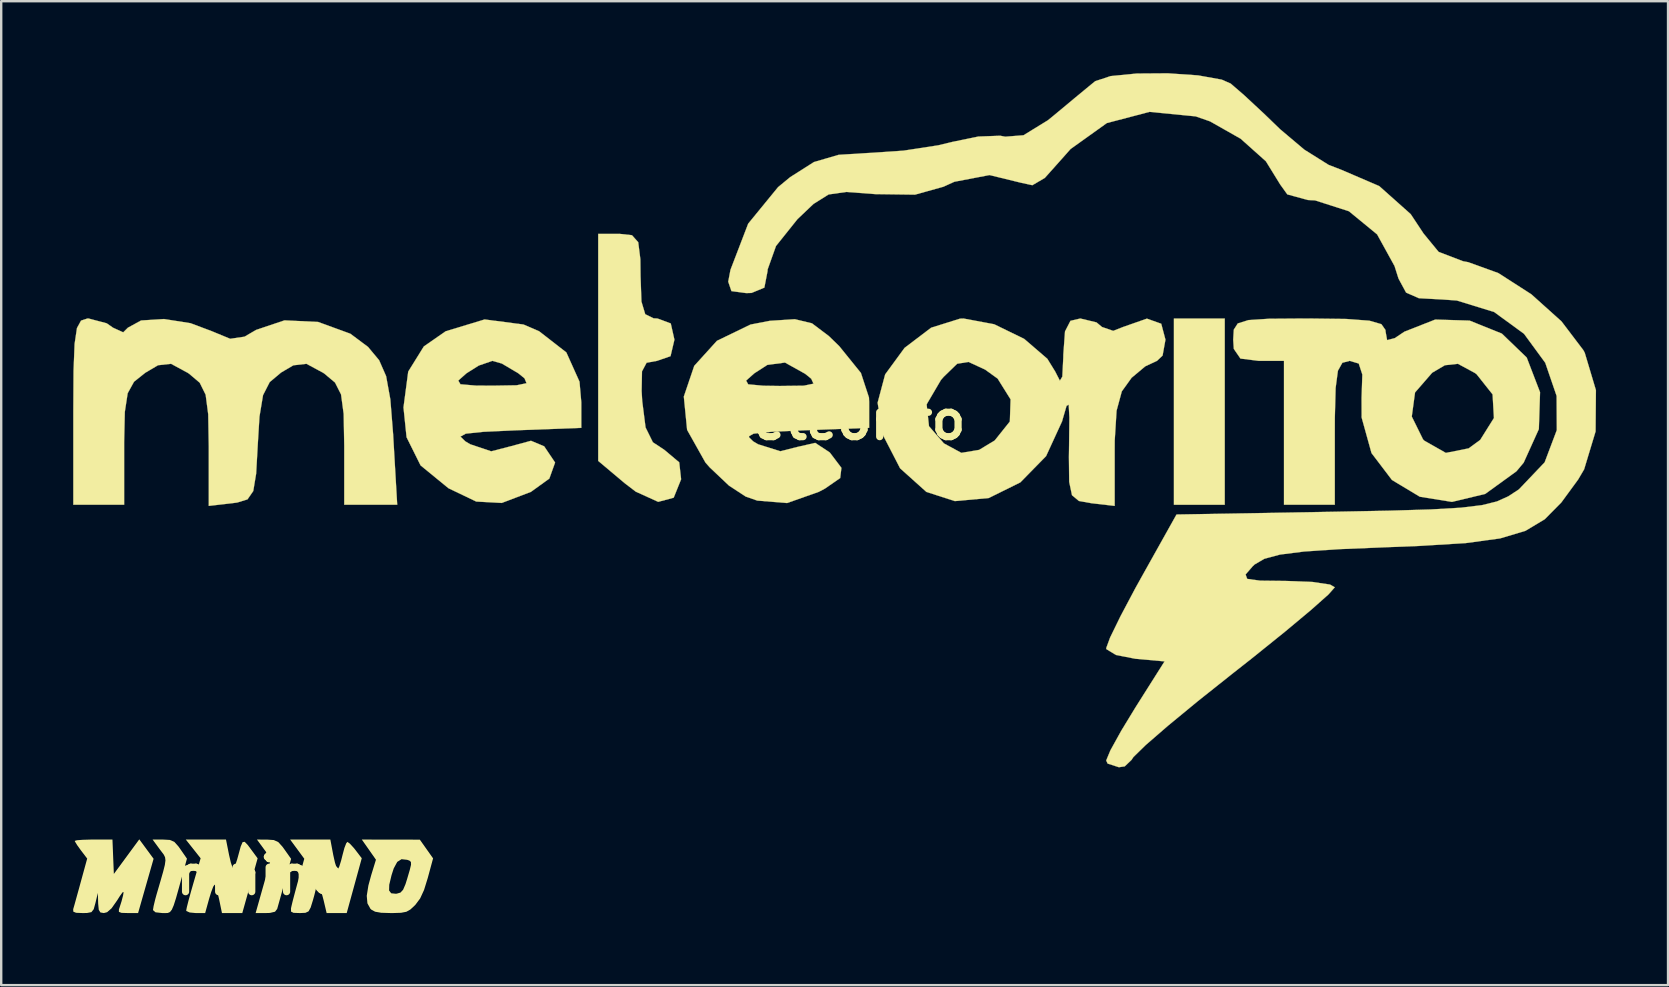
<source format=kicad_pcb>
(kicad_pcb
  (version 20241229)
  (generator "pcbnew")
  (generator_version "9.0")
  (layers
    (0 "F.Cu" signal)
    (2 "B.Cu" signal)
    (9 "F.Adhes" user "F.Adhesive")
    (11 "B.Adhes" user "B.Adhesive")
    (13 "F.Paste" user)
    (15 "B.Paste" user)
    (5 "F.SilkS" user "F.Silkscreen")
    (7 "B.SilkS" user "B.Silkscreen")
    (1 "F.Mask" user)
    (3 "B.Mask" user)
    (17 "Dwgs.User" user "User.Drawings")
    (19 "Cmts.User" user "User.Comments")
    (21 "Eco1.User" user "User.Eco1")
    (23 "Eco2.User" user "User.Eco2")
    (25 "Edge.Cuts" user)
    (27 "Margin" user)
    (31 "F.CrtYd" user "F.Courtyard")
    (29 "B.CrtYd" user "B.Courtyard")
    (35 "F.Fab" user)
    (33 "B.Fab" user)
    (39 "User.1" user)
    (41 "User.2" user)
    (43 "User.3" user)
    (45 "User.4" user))
  (footprint "minino"
    (layer "F.Cu")
    (at 7.476 33.415)
    (property "Reference" "minino" (at 0 0 0) (layer "F.SilkS") (effects (font (size 1.524 1.524) (thickness 0.3))))
    (attr board_only exclude_from_pos_files exclude_from_bom)
    (fp_poly (pts (xy 0.609 -1.48) (xy 0.883 -1.461) (xy 1.068 -1.378) (xy 1.243 -1.185) (xy 1.321 -1.078) (xy 1.604 -0.678) (xy 1.339 0.279) (xy 1.221 0.704) (xy 1.119 1.07) (xy 1.047 1.327) (xy 1.024 1.408) (xy 0.934 1.525) (xy 0.721 1.576) (xy 0.551 1.581) (xy 0.126 1.581) (xy 0.446 0.447) (xy 0.766 -0.686) (xy 0.473 -1.084) (xy 0.181 -1.482)) (stroke (width 0) (type solid)) (fill yes) (layer "F.SilkS"))
    (fp_poly (pts (xy -3.448 -1.466) (xy -3.264 -1.387) (xy -3.095 -1.2) (xy -3.012 -1.084) (xy -2.736 -0.686) (xy -2.906 -0.071) (xy -3.07 0.526) (xy -3.192 0.959) (xy -3.286 1.255) (xy -3.365 1.439) (xy -3.443 1.538) (xy -3.532 1.577) (xy -3.648 1.583) (xy -3.763 1.581) (xy -4.047 1.55) (xy -4.151 1.458) (xy -4.151 1.451) (xy -4.125 1.287) (xy -4.058 1.009) (xy -4.003 0.809) (xy -3.84 0.251) (xy -3.726 -0.149) (xy -3.657 -0.425) (xy -3.632 -0.613) (xy -3.648 -0.744) (xy -3.702 -0.854) (xy -3.793 -0.975) (xy -3.871 -1.078) (xy -4.168 -1.482) (xy -3.728 -1.482)) (stroke (width 0) (type solid)) (fill yes) (layer "F.SilkS"))
    (fp_poly (pts (xy -0.981 -0.839) (xy -0.908 -0.527) (xy -0.839 -0.323) (xy -0.788 -0.269) (xy -0.787 -0.27) (xy -0.726 -0.403) (xy -0.642 -0.659) (xy -0.592 -0.84) (xy -0.495 -1.195) (xy -0.418 -1.373) (xy -0.331 -1.389) (xy -0.205 -1.259) (xy -0.084 -1.097) (xy 0.209 -0.7) (xy -0.11 0.441) (xy -0.43 1.581) (xy -1.277 1.581) (xy -1.4 0.988) (xy -1.473 0.678) (xy -1.542 0.463) (xy -1.585 0.395) (xy -1.642 0.483) (xy -1.728 0.71) (xy -1.813 0.988) (xy -1.977 1.581) (xy -2.372 1.581) (xy -2.624 1.557) (xy -2.759 1.496) (xy -2.767 1.473) (xy -2.741 1.338) (xy -2.67 1.058) (xy -2.565 0.676) (xy -2.466 0.331) (xy -2.166 -0.702) (xy -2.475 -1.092) (xy -2.784 -1.482) (xy -1.109 -1.482)) (stroke (width 0) (type solid)) (fill yes) (layer "F.SilkS"))
    (fp_poly (pts (xy 3.36 -0.841) (xy 3.431 -0.524) (xy 3.5 -0.309) (xy 3.552 -0.243) (xy 3.552 -0.244) (xy 3.611 -0.357) (xy 3.688 -0.604) (xy 3.746 -0.836) (xy 3.825 -1.132) (xy 3.903 -1.331) (xy 3.949 -1.384) (xy 4.052 -1.312) (xy 4.218 -1.131) (xy 4.288 -1.043) (xy 4.548 -0.703) (xy 4.235 0.439) (xy 3.921 1.581) (xy 3.084 1.581) (xy 2.962 1.062) (xy 2.87 0.714) (xy 2.784 0.457) (xy 2.714 0.32) (xy 2.675 0.335) (xy 2.671 0.38) (xy 2.644 0.544) (xy 2.575 0.825) (xy 2.513 1.047) (xy 2.419 1.35) (xy 2.332 1.509) (xy 2.203 1.571) (xy 1.985 1.581) (xy 1.957 1.581) (xy 1.704 1.572) (xy 1.601 1.52) (xy 1.599 1.385) (xy 1.615 1.31) (xy 1.667 1.092) (xy 1.758 0.746) (xy 1.869 0.334) (xy 1.913 0.178) (xy 2.153 -0.682) (xy 1.564 -1.482) (xy 3.239 -1.482)) (stroke (width 0) (type solid)) (fill yes) (layer "F.SilkS"))
    (fp_poly (pts (xy 6.968 -1.478) (xy 7.244 -1.088) (xy 7.52 -0.698) (xy 7.298 0.121) (xy 7.144 0.618) (xy 6.981 0.972) (xy 6.785 1.234) (xy 6.76 1.26) (xy 6.577 1.431) (xy 6.408 1.527) (xy 6.186 1.57) (xy 5.846 1.581) (xy 5.757 1.581) (xy 5.357 1.569) (xy 5.103 1.524) (xy 4.945 1.437) (xy 4.908 1.401) (xy 4.784 1.176) (xy 4.756 0.862) (xy 4.791 0.641) (xy 5.687 0.641) (xy 5.775 0.757) (xy 5.966 0.776) (xy 6.008 0.772) (xy 6.16 0.728) (xy 6.27 0.611) (xy 6.371 0.375) (xy 6.442 0.148) (xy 6.549 -0.216) (xy 6.601 -0.433) (xy 6.597 -0.548) (xy 6.536 -0.604) (xy 6.438 -0.638) (xy 6.205 -0.663) (xy 6.026 -0.55) (xy 5.88 -0.279) (xy 5.788 0.007) (xy 5.694 0.401) (xy 5.687 0.641) (xy 4.791 0.641) (xy 4.825 0.429) (xy 4.942 0) (xy 5.139 -0.642) (xy 4.845 -1.062) (xy 4.55 -1.482)) (stroke (width 0) (type solid)) (fill yes) (layer "F.SilkS"))
    (fp_poly (pts (xy -4.424 -1.086) (xy -4.126 -0.681) (xy -4.449 0.45) (xy -4.772 1.581) (xy -5.2 1.581) (xy -5.463 1.573) (xy -5.572 1.531) (xy -5.57 1.426) (xy -5.547 1.359) (xy -5.462 1.093) (xy -5.396 0.84) (xy -5.376 0.708) (xy -5.417 0.715) (xy -5.532 0.875) (xy -5.651 1.062) (xy -5.877 1.383) (xy -6.063 1.546) (xy -6.2 1.581) (xy -6.343 1.556) (xy -6.411 1.445) (xy -6.435 1.194) (xy -6.436 1.161) (xy -6.448 0.741) (xy -6.549 1.161) (xy -6.621 1.421) (xy -6.717 1.543) (xy -6.904 1.579) (xy -7.087 1.581) (xy -7.357 1.57) (xy -7.472 1.522) (xy -7.476 1.42) (xy -7.473 1.408) (xy -7.425 1.243) (xy -7.34 0.936) (xy -7.23 0.54) (xy -7.157 0.273) (xy -6.893 -0.689) (xy -7.153 -1.03) (xy -7.312 -1.25) (xy -7.403 -1.4) (xy -7.412 -1.426) (xy -7.321 -1.453) (xy -7.08 -1.472) (xy -6.734 -1.482) (xy -6.626 -1.482) (xy -5.84 -1.482) (xy -5.811 -0.766) (xy -5.782 -0.049) (xy -5.252 -0.77) (xy -4.722 -1.491)) (stroke (width 0) (type solid)) (fill yes) (layer "F.SilkS")))
  (footprint "meteorito"
    (layer "F.Cu")
    (at 31.755 14.455)
    (property "Reference" "meteorito" (at 0 0 0) (layer "F.SilkS") (effects (font (size 1.524 1.524) (thickness 0.3))))
    (attr through_hole)
    (fp_poly (pts (xy 16.228 3.528) (xy 14.111 3.528) (xy 14.111 -4.233) (xy 16.228 -4.233) (xy 16.228 3.528)) (stroke (width 0.01) (type solid)) (fill yes) (layer "F.SilkS"))
    (fp_poly (pts (xy -8.472 -7.704) (xy -8.211 -7.412) (xy -8.122 -6.705) (xy -8.114 -5.997) (xy -8.077 -4.939) (xy -7.919 -4.412) (xy -7.572 -4.241) (xy -7.408 -4.233) (xy -6.855 -4.027) (xy -6.703 -3.351) (xy -6.865 -2.663) (xy -7.428 -2.469) (xy -7.862 -2.39) (xy -8.054 -2.031) (xy -8.069 -1.214) (xy -8.045 -0.794) (xy -7.905 0.307) (xy -7.601 0.924) (xy -7.129 1.235) (xy -6.503 1.76) (xy -6.424 2.466) (xy -6.733 3.233) (xy -7.379 3.406) (xy -8.313 2.982) (xy -8.772 2.631) (xy -9.878 1.701) (xy -9.878 -7.761) (xy -8.996 -7.761) (xy -8.472 -7.704)) (stroke (width 0.01) (type solid)) (fill yes) (layer "F.SilkS"))
    (fp_poly (pts (xy -12.992 -3.983) (xy -12.34 -3.701) (xy -11.206 -2.82) (xy -10.658 -1.601) (xy -10.583 -0.744) (xy -10.583 0.323) (xy -13.317 0.426) (xy -14.663 0.488) (xy -15.398 0.565) (xy -15.618 0.687) (xy -15.419 0.883) (xy -15.213 1.006) (xy -14.337 1.301) (xy -13.498 1.084) (xy -12.679 0.862) (xy -12.131 1.091) (xy -11.675 1.768) (xy -11.915 2.437) (xy -12.682 2.99) (xy -13.897 3.452) (xy -14.961 3.394) (xy -16.117 2.84) (xy -17.28 1.888) (xy -17.864 0.713) (xy -17.992 -0.529) (xy -17.844 -1.648) (xy -15.709 -1.648) (xy -15.619 -1.493) (xy -14.994 -1.439) (xy -14.287 -1.434) (xy -13.276 -1.451) (xy -12.865 -1.537) (xy -12.95 -1.742) (xy -13.208 -1.951) (xy -13.894 -2.357) (xy -14.287 -2.469) (xy -14.856 -2.273) (xy -15.367 -1.951) (xy -15.709 -1.648) (xy -17.844 -1.648) (xy -17.795 -2.021) (xy -17.144 -3.07) (xy -16.235 -3.701) (xy -14.611 -4.194) (xy -12.992 -3.983)) (stroke (width 0.01) (type solid)) (fill yes) (layer "F.SilkS"))
    (fp_poly (pts (xy -0.971 -4.032) (xy -0.268 -3.502) (xy 0.167 -3.079) (xy 1.068 -1.965) (xy 1.404 -0.94) (xy 1.411 -0.756) (xy 1.411 0.323) (xy -1.323 0.426) (xy -2.668 0.488) (xy -3.403 0.565) (xy -3.624 0.687) (xy -3.425 0.883) (xy -3.219 1.006) (xy -2.29 1.298) (xy -1.577 1.118) (xy -0.836 0.949) (xy -0.241 1.34) (xy -0.21 1.374) (xy 0.256 1.99) (xy 0.205 2.414) (xy -0.424 2.85) (xy -0.688 2.99) (xy -2.009 3.456) (xy -3.252 3.354) (xy -3.733 3.186) (xy -4.432 2.728) (xy -5.236 1.967) (xy -5.409 1.77) (xy -6.174 0.407) (xy -6.311 -0.98) (xy -6.085 -1.646) (xy -3.716 -1.646) (xy -3.627 -1.49) (xy -2.999 -1.432) (xy -2.314 -1.422) (xy -1.31 -1.434) (xy -0.908 -1.518) (xy -1.002 -1.724) (xy -1.255 -1.929) (xy -2.096 -2.398) (xy -2.831 -2.3) (xy -3.372 -1.951) (xy -3.716 -1.646) (xy -6.085 -1.646) (xy -5.877 -2.26) (xy -4.931 -3.304) (xy -3.533 -3.981) (xy -2.732 -4.136) (xy -1.685 -4.204) (xy -0.971 -4.032)) (stroke (width 0.01) (type solid)) (fill yes) (layer "F.SilkS"))
    (fp_poly (pts (xy 21.295 -4.214) (xy 22.254 -4.142) (xy 22.756 -3.997) (xy 22.926 -3.755) (xy 22.931 -3.684) (xy 22.994 -3.332) (xy 23.311 -3.415) (xy 23.715 -3.684) (xy 25 -4.189) (xy 26.431 -4.146) (xy 27.776 -3.604) (xy 28.806 -2.612) (xy 28.814 -2.6) (xy 29.367 -1.16) (xy 29.317 0.375) (xy 28.684 1.774) (xy 28.381 2.135) (xy 27.082 3.076) (xy 25.696 3.408) (xy 24.357 3.193) (xy 23.195 2.494) (xy 22.344 1.374) (xy 21.933 -0.107) (xy 21.933 -0.147) (xy 24.022 -0.147) (xy 24.49 0.802) (xy 24.543 0.857) (xy 25.441 1.367) (xy 26.394 1.177) (xy 26.872 0.827) (xy 27.445 -0.087) (xy 27.389 -1.071) (xy 26.722 -1.912) (xy 26.635 -1.973) (xy 25.944 -2.346) (xy 25.401 -2.286) (xy 24.871 -1.973) (xy 24.158 -1.152) (xy 24.022 -0.147) (xy 21.933 -0.147) (xy 21.93 -0.919) (xy 21.962 -1.898) (xy 21.812 -2.357) (xy 21.434 -2.469) (xy 21.13 -2.389) (xy 20.944 -2.057) (xy 20.849 -1.339) (xy 20.816 -0.101) (xy 20.814 0.529) (xy 20.814 3.528) (xy 18.697 3.528) (xy 18.697 -2.469) (xy 17.639 -2.469) (xy 16.883 -2.564) (xy 16.606 -2.968) (xy 16.581 -3.351) (xy 16.606 -3.769) (xy 16.772 -4.028) (xy 17.215 -4.167) (xy 18.071 -4.223) (xy 19.475 -4.233) (xy 19.756 -4.233) (xy 21.295 -4.214)) (stroke (width 0.01) (type solid)) (fill yes) (layer "F.SilkS"))
    (fp_poly (pts (xy -30.358 -4.033) (xy -30.096 -3.85) (xy -29.671 -3.657) (xy -29.476 -3.85) (xy -28.926 -4.151) (xy -27.971 -4.211) (xy -26.868 -4.038) (xy -25.993 -3.71) (xy -25.214 -3.388) (xy -24.616 -3.476) (xy -24.133 -3.758) (xy -22.95 -4.156) (xy -21.549 -4.089) (xy -20.206 -3.599) (xy -19.468 -3.048) (xy -19.007 -2.494) (xy -18.716 -1.831) (xy -18.54 -0.863) (xy -18.423 0.606) (xy -18.419 0.682) (xy -18.254 3.528) (xy -20.461 3.528) (xy -20.461 1.066) (xy -20.485 -0.257) (xy -20.594 -1.069) (xy -20.846 -1.566) (xy -21.295 -1.941) (xy -21.343 -1.973) (xy -22.036 -2.346) (xy -22.581 -2.283) (xy -23.091 -1.983) (xy -23.566 -1.585) (xy -23.845 -1.039) (xy -23.993 -0.147) (xy -24.061 0.968) (xy -24.132 2.232) (xy -24.252 2.956) (xy -24.492 3.303) (xy -24.923 3.436) (xy -25.135 3.463) (xy -26.106 3.575) (xy -26.106 1.09) (xy -26.129 -0.24) (xy -26.236 -1.058) (xy -26.483 -1.557) (xy -26.924 -1.931) (xy -26.987 -1.973) (xy -27.678 -2.346) (xy -28.221 -2.286) (xy -28.751 -1.973) (xy -29.22 -1.599) (xy -29.485 -1.12) (xy -29.604 -0.34) (xy -29.633 0.934) (xy -29.633 1.066) (xy -29.633 3.528) (xy -31.75 3.528) (xy -31.75 -0.353) (xy -31.74 -2.058) (xy -31.696 -3.179) (xy -31.598 -3.835) (xy -31.428 -4.146) (xy -31.165 -4.232) (xy -31.115 -4.233) (xy -30.358 -4.033)) (stroke (width 0.01) (type solid)) (fill yes) (layer "F.SilkS"))
    (fp_poly (pts (xy 10.885 -4.071) (xy 11.113 -3.88) (xy 11.582 -3.718) (xy 11.993 -3.88) (xy 12.985 -4.228) (xy 13.582 -4.015) (xy 13.758 -3.351) (xy 13.638 -2.688) (xy 13.406 -2.469) (xy 12.919 -2.242) (xy 12.347 -1.764) (xy 11.939 -1.196) (xy 11.721 -0.391) (xy 11.644 0.856) (xy 11.642 1.258) (xy 11.642 3.575) (xy 10.672 3.463) (xy 10.151 3.37) (xy 9.864 3.13) (xy 9.747 2.575) (xy 9.735 1.539) (xy 9.742 1.058) (xy 9.755 -0.114) (xy 9.726 -0.644) (xy 9.637 -0.593) (xy 9.471 -0.024) (xy 9.453 0.046) (xy 8.784 1.501) (xy 7.712 2.595) (xy 6.393 3.247) (xy 4.982 3.375) (xy 3.797 2.993) (xy 2.701 2.009) (xy 1.98 0.611) (xy 1.775 -0.656) (xy 3.807 -0.656) (xy 3.905 0.255) (xy 4.526 0.97) (xy 5.253 1.365) (xy 5.994 1.241) (xy 6.644 0.848) (xy 7.274 0.059) (xy 7.305 -0.864) (xy 6.765 -1.729) (xy 6.241 -2.106) (xy 5.551 -2.424) (xy 5.079 -2.348) (xy 4.52 -1.806) (xy 4.402 -1.671) (xy 3.807 -0.656) (xy 1.775 -0.656) (xy 1.764 -0.723) (xy 2.078 -1.903) (xy 2.888 -3.01) (xy 3.995 -3.85) (xy 5.199 -4.227) (xy 5.345 -4.232) (xy 6.62 -3.994) (xy 7.871 -3.385) (xy 8.835 -2.556) (xy 9.162 -2.026) (xy 9.359 -1.642) (xy 9.461 -1.812) (xy 9.501 -2.608) (xy 9.503 -2.734) (xy 9.573 -3.697) (xy 9.8 -4.137) (xy 10.21 -4.233) (xy 10.885 -4.071)) (stroke (width 0.01) (type solid)) (fill yes) (layer "F.SilkS"))
    (fp_poly (pts (xy 15.121 -14.363) (xy 16.102 -14.187) (xy 16.476 -14.023) (xy 17.036 -13.539) (xy 17.879 -12.755) (xy 18.536 -12.12) (xy 19.546 -11.268) (xy 20.558 -10.634) (xy 21.109 -10.42) (xy 22.666 -9.751) (xy 23.977 -8.583) (xy 24.51 -7.778) (xy 25.141 -7.009) (xy 26.16 -6.619) (xy 26.371 -6.581) (xy 27.627 -6.127) (xy 29.002 -5.244) (xy 30.261 -4.113) (xy 31.169 -2.917) (xy 31.23 -2.804) (xy 31.695 -1.248) (xy 31.681 0.473) (xy 31.204 2.05) (xy 30.956 2.473) (xy 30.253 3.433) (xy 29.563 4.131) (xy 28.756 4.615) (xy 27.701 4.93) (xy 26.268 5.125) (xy 24.327 5.244) (xy 23.093 5.292) (xy 21.019 5.377) (xy 19.536 5.476) (xy 18.527 5.604) (xy 17.878 5.779) (xy 17.474 6.015) (xy 17.398 6.085) (xy 17.098 6.432) (xy 17.163 6.616) (xy 17.706 6.69) (xy 18.798 6.703) (xy 19.884 6.745) (xy 20.616 6.853) (xy 20.814 6.967) (xy 20.55 7.265) (xy 19.823 7.911) (xy 18.728 8.825) (xy 17.363 9.924) (xy 16.58 10.54) (xy 15.112 11.707) (xy 13.865 12.734) (xy 12.935 13.54) (xy 12.42 14.043) (xy 12.347 14.156) (xy 12.061 14.429) (xy 11.818 14.464) (xy 11.348 14.312) (xy 11.289 14.183) (xy 11.465 13.76) (xy 11.923 12.933) (xy 12.505 11.978) (xy 13.721 10.054) (xy 12.505 9.945) (xy 11.696 9.787) (xy 11.297 9.544) (xy 11.289 9.504) (xy 11.451 9.062) (xy 11.884 8.174) (xy 12.505 7.003) (xy 12.754 6.553) (xy 14.219 3.934) (xy 20.779 3.819) (xy 23.099 3.774) (xy 24.826 3.722) (xy 26.071 3.65) (xy 26.947 3.544) (xy 27.566 3.391) (xy 28.041 3.178) (xy 28.483 2.889) (xy 28.486 2.887) (xy 29.559 1.759) (xy 30.065 0.418) (xy 30.057 -1.007) (xy 29.584 -2.388) (xy 28.699 -3.596) (xy 27.454 -4.504) (xy 25.899 -4.983) (xy 25.313 -5.025) (xy 24.318 -5.079) (xy 23.785 -5.313) (xy 23.47 -5.896) (xy 23.303 -6.422) (xy 22.578 -7.738) (xy 21.403 -8.703) (xy 19.991 -9.156) (xy 19.691 -9.171) (xy 18.836 -9.405) (xy 18.541 -9.816) (xy 17.943 -10.785) (xy 16.891 -11.725) (xy 15.616 -12.448) (xy 15.018 -12.656) (xy 13.096 -12.844) (xy 11.317 -12.378) (xy 9.804 -11.296) (xy 9.455 -10.902) (xy 8.732 -10.092) (xy 8.213 -9.788) (xy 7.736 -9.891) (xy 6.427 -10.211) (xy 4.961 -9.931) (xy 4.505 -9.724) (xy 3.322 -9.394) (xy 1.651 -9.417) (xy 1.608 -9.421) (xy 0.462 -9.507) (xy -0.278 -9.402) (xy -0.907 -9.008) (xy -1.575 -8.374) (xy -2.47 -7.255) (xy -2.82 -6.275) (xy -2.822 -6.209) (xy -2.955 -5.52) (xy -3.489 -5.299) (xy -3.711 -5.292) (xy -4.327 -5.375) (xy -4.461 -5.768) (xy -4.367 -6.262) (xy -3.629 -8.185) (xy -2.385 -9.706) (xy -1.879 -10.124) (xy -0.89 -10.752) (xy 0.137 -11.053) (xy 1.384 -11.131) (xy 2.838 -11.227) (xy 4.29 -11.45) (xy 4.868 -11.59) (xy 5.96 -11.815) (xy 6.872 -11.849) (xy 7.084 -11.809) (xy 7.843 -11.869) (xy 8.857 -12.492) (xy 9.095 -12.685) (xy 9.962 -13.407) (xy 10.645 -13.971) (xy 10.833 -14.123) (xy 11.471 -14.334) (xy 12.561 -14.441) (xy 13.86 -14.45) (xy 15.121 -14.363)) (stroke (width 0.01) (type solid)) (fill yes) (layer "F.SilkS")))
  (gr_rect
    (start -3 -3)
    (end 66.455 37.998)
    (stroke (width 0.1) (type default))
    (fill no)
    (layer "Edge.Cuts")))
</source>
